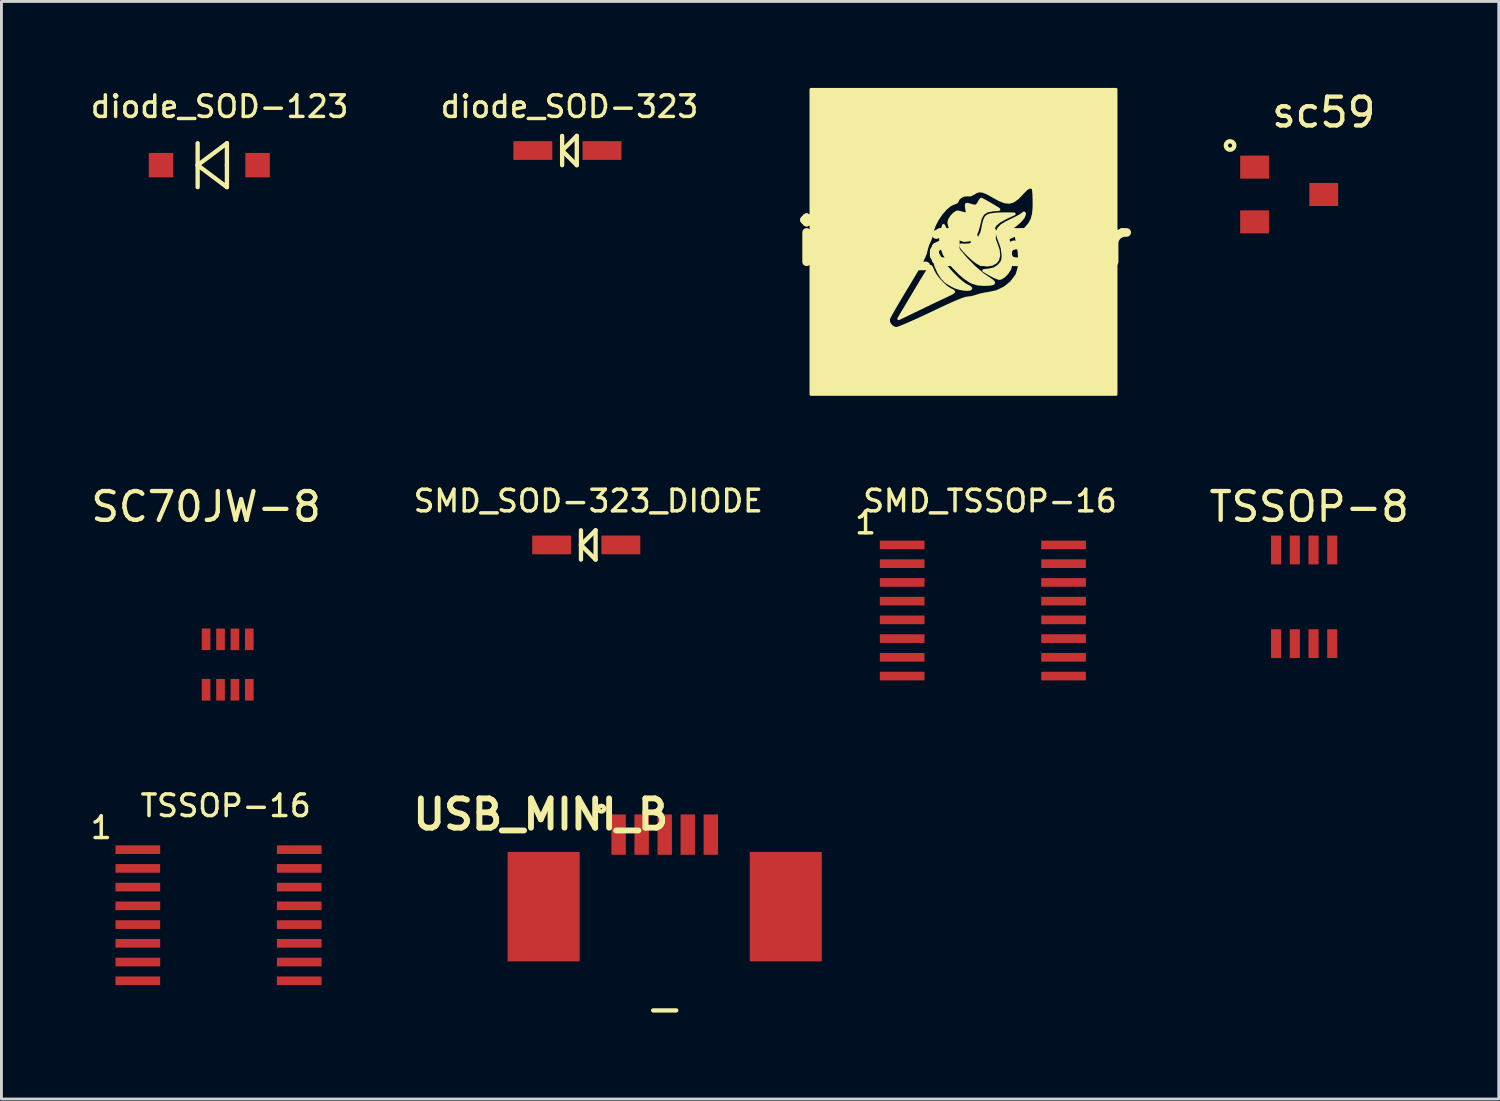
<source format=kicad_pcb>
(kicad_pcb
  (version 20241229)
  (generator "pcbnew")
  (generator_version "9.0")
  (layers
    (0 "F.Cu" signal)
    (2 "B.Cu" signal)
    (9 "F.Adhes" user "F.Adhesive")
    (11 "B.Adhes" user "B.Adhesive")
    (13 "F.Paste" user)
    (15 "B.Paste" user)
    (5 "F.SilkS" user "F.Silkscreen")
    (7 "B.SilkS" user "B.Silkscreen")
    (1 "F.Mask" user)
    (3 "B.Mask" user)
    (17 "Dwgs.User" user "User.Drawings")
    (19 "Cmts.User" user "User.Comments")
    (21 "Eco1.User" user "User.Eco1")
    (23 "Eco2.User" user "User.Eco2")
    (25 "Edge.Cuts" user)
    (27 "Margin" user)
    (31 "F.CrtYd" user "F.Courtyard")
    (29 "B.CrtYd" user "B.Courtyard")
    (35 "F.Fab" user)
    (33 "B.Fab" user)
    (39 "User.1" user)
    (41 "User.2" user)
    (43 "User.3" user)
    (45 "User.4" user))
  (footprint "ice_avatar"
    (layer "F.Cu")
    (at 30.38 5.342)
    (property "Reference" "ice_avatar" (at 0 0 0) (layer "F.SilkS") (effects (font (size 1.524 1.524) (thickness 0.3))))
    (attr through_hole)
    (fp_poly (pts (xy 1.046 1.405) (xy 1.033 1.445) (xy 0.943 1.467) (xy 0.773 1.476) (xy 0.699 1.477) (xy 0.491 1.462) (xy 0.312 1.406) (xy 0.238 1.37) (xy 0.052 1.248) (xy -0.152 1.072) (xy -0.352 0.865) (xy -0.529 0.648) (xy -0.66 0.443) (xy -0.673 0.419) (xy -0.779 0.126) (xy -0.801 -0.16) (xy -0.745 -0.422) (xy -0.692 -0.57) (xy -0.576 -0.339) (xy -0.397 -0.034) (xy -0.168 0.284) (xy 0.096 0.595) (xy 0.377 0.88) (xy 0.657 1.12) (xy 0.852 1.255) (xy 0.984 1.344) (xy 1.046 1.405)) (stroke (width 0.1) (type solid)) (fill yes) (layer "F.SilkS"))
    (fp_poly (pts (xy 0.254 1.614) (xy 0.217 1.643) (xy 0.122 1.651) (xy -0.008 1.64) (xy -0.149 1.612) (xy -0.279 1.57) (xy -0.295 1.563) (xy -0.443 1.487) (xy -0.583 1.4) (xy -0.62 1.374) (xy -0.741 1.247) (xy -0.856 1.065) (xy -0.949 0.862) (xy -1.006 0.667) (xy -1.016 0.568) (xy -1.01 0.406) (xy -0.989 0.326) (xy -0.951 0.328) (xy -0.891 0.412) (xy -0.834 0.52) (xy -0.741 0.673) (xy -0.605 0.851) (xy -0.444 1.037) (xy -0.272 1.215) (xy -0.106 1.367) (xy 0.039 1.478) (xy 0.116 1.52) (xy 0.208 1.567) (xy 0.253 1.609) (xy 0.254 1.614)) (stroke (width 0.1) (type solid)) (fill yes) (layer "F.SilkS"))
    (fp_poly (pts (xy -0.34 1.73) (xy -0.375 1.761) (xy -0.466 1.811) (xy -0.541 1.847) (xy -0.642 1.894) (xy -0.804 1.97) (xy -1.01 2.068) (xy -1.244 2.181) (xy -1.491 2.3) (xy -1.494 2.301) (xy -2.247 2.665) (xy -2.15 2.504) (xy -2.099 2.418) (xy -2.012 2.274) (xy -1.9 2.085) (xy -1.769 1.865) (xy -1.628 1.629) (xy -1.609 1.596) (xy -1.474 1.371) (xy -1.353 1.174) (xy -1.254 1.014) (xy -1.182 0.902) (xy -1.144 0.85) (xy -1.141 0.848) (xy -1.113 0.883) (xy -1.073 0.971) (xy -1.061 1.004) (xy -0.991 1.135) (xy -0.875 1.288) (xy -0.736 1.44) (xy -0.595 1.568) (xy -0.473 1.648) (xy -0.464 1.652) (xy -0.378 1.695) (xy -0.34 1.729) (xy -0.34 1.73)) (stroke (width 0.1) (type solid)) (fill yes) (layer "F.SilkS"))
    (fp_poly (pts (xy 1.757 -0.971) (xy 1.456 -0.83) (xy 1.235 -0.708) (xy 1.093 -0.583) (xy 1.024 -0.439) (xy 1.024 -0.264) (xy 1.088 -0.043) (xy 1.122 0.042) (xy 1.204 0.282) (xy 1.224 0.472) (xy 1.184 0.621) (xy 1.124 0.7) (xy 0.991 0.778) (xy 0.815 0.805) (xy 0.621 0.778) (xy 0.526 0.744) (xy 0.432 0.685) (xy 0.304 0.581) (xy 0.166 0.453) (xy 0.038 0.323) (xy -0.057 0.21) (xy -0.088 0.163) (xy -0.104 0.116) (xy -0.069 0.103) (xy 0.016 0.113) (xy 0.207 0.104) (xy 0.383 0.023) (xy 0.529 -0.118) (xy 0.63 -0.306) (xy 0.66 -0.423) (xy 0.699 -0.629) (xy 0.737 -0.766) (xy 0.782 -0.852) (xy 0.842 -0.904) (xy 0.896 -0.927) (xy 1 -0.949) (xy 1.159 -0.965) (xy 1.343 -0.972) (xy 1.393 -0.972) (xy 1.757 -0.971)) (stroke (width 0.1) (type solid)) (fill yes) (layer "F.SilkS"))
    (fp_poly (pts (xy 2.117 -0.965) (xy 2.081 -0.865) (xy 1.985 -0.743) (xy 1.841 -0.612) (xy 1.757 -0.55) (xy 1.638 -0.453) (xy 1.568 -0.349) (xy 1.543 -0.219) (xy 1.558 -0.042) (xy 1.586 0.106) (xy 1.629 0.36) (xy 1.647 0.595) (xy 1.641 0.792) (xy 1.61 0.931) (xy 1.603 0.945) (xy 1.518 1.074) (xy 1.411 1.185) (xy 1.307 1.255) (xy 1.251 1.27) (xy 1.17 1.249) (xy 1.046 1.195) (xy 0.931 1.133) (xy 0.699 0.997) (xy 0.901 0.973) (xy 1.072 0.932) (xy 1.206 0.844) (xy 1.238 0.814) (xy 1.32 0.719) (xy 1.36 0.628) (xy 1.372 0.501) (xy 1.372 0.456) (xy 1.339 0.208) (xy 1.275 0.021) (xy 1.2 -0.172) (xy 1.178 -0.325) (xy 1.213 -0.449) (xy 1.314 -0.558) (xy 1.485 -0.665) (xy 1.648 -0.745) (xy 1.806 -0.822) (xy 1.942 -0.895) (xy 2.03 -0.951) (xy 2.041 -0.96) (xy 2.097 -1.004) (xy 2.116 -0.988) (xy 2.117 -0.965)) (stroke (width 0.1) (type solid)) (fill yes) (layer "F.SilkS"))
    (fp_poly (pts (xy 1.228 -1.126) (xy 1.19 -1.12) (xy 1.093 -1.114) (xy 1.027 -1.11) (xy 0.82 -1.072) (xy 0.675 -0.978) (xy 0.589 -0.824) (xy 0.576 -0.779) (xy 0.526 -0.563) (xy 0.484 -0.413) (xy 0.445 -0.309) (xy 0.401 -0.233) (xy 0.345 -0.169) (xy 0.338 -0.163) (xy 0.188 -0.065) (xy 0.017 -0.047) (xy -0.165 -0.11) (xy -0.199 -0.13) (xy -0.314 -0.239) (xy -0.416 -0.393) (xy -0.487 -0.559) (xy -0.508 -0.68) (xy -0.48 -0.777) (xy -0.411 -0.883) (xy -0.322 -0.975) (xy -0.233 -1.032) (xy -0.175 -1.037) (xy -0.083 -1.009) (xy 0.017 -0.985) (xy 0.14 -0.96) (xy 0.111 -1.142) (xy 0.096 -1.253) (xy 0.104 -1.301) (xy 0.145 -1.303) (xy 0.179 -1.293) (xy 0.326 -1.251) (xy 0.415 -1.24) (xy 0.471 -1.264) (xy 0.514 -1.326) (xy 0.527 -1.35) (xy 0.578 -1.438) (xy 0.615 -1.481) (xy 0.618 -1.482) (xy 0.66 -1.462) (xy 0.752 -1.412) (xy 0.873 -1.343) (xy 1.002 -1.268) (xy 1.118 -1.198) (xy 1.2 -1.147) (xy 1.228 -1.126)) (stroke (width 0.1) (type solid)) (fill yes) (layer "F.SilkS"))
    (fp_poly (pts (xy 5.292 5.292) (xy 2.449 5.292) (xy 2.449 -1.219) (xy 2.447 -1.46) (xy 2.44 -1.653) (xy 2.431 -1.777) (xy 2.416 -1.848) (xy 2.39 -1.882) (xy 2.349 -1.896) (xy 2.333 -1.898) (xy 2.26 -1.889) (xy 2.177 -1.834) (xy 2.066 -1.721) (xy 2.043 -1.696) (xy 1.879 -1.524) (xy 1.732 -1.416) (xy 1.587 -1.372) (xy 1.427 -1.39) (xy 1.235 -1.467) (xy 1.018 -1.588) (xy 0.813 -1.701) (xy 0.656 -1.76) (xy 0.53 -1.768) (xy 0.42 -1.728) (xy 0.365 -1.69) (xy 0.242 -1.626) (xy 0.135 -1.628) (xy 0.025 -1.622) (xy -0.09 -1.572) (xy -0.178 -1.498) (xy -0.212 -1.42) (xy -0.248 -1.374) (xy -0.337 -1.34) (xy -0.34 -1.34) (xy -0.471 -1.278) (xy -0.617 -1.155) (xy -0.764 -0.988) (xy -0.897 -0.794) (xy -1.004 -0.592) (xy -1.072 -0.399) (xy -1.083 -0.339) (xy -1.118 -0.188) (xy -1.171 -0.05) (xy -1.187 -0.021) (xy -1.24 0.098) (xy -1.287 0.253) (xy -1.302 0.322) (xy -1.326 0.409) (xy -1.372 0.523) (xy -1.445 0.672) (xy -1.549 0.864) (xy -1.689 1.106) (xy -1.869 1.408) (xy -1.96 1.559) (xy -2.123 1.828) (xy -2.271 2.078) (xy -2.399 2.297) (xy -2.501 2.477) (xy -2.571 2.606) (xy -2.604 2.675) (xy -2.605 2.678) (xy -2.596 2.797) (xy -2.527 2.908) (xy -2.42 2.986) (xy -2.33 3.006) (xy -2.261 2.988) (xy -2.128 2.937) (xy -1.94 2.858) (xy -1.708 2.756) (xy -1.443 2.635) (xy -1.156 2.5) (xy -1.107 2.477) (xy -0.737 2.301) (xy -0.437 2.163) (xy -0.202 2.061) (xy -0.028 1.992) (xy 0.091 1.955) (xy 0.147 1.947) (xy 0.291 1.93) (xy 0.442 1.886) (xy 0.456 1.88) (xy 0.594 1.837) (xy 0.764 1.803) (xy 0.847 1.792) (xy 1.149 1.728) (xy 1.425 1.597) (xy 1.658 1.41) (xy 1.833 1.178) (xy 1.86 1.127) (xy 1.921 0.927) (xy 1.946 0.671) (xy 1.932 0.376) (xy 1.886 0.089) (xy 1.828 -0.183) (xy 1.938 -0.271) (xy 2.139 -0.446) (xy 2.283 -0.609) (xy 2.376 -0.778) (xy 2.429 -0.975) (xy 2.449 -1.219) (xy 2.449 5.292) (xy 0 5.292) (xy -5.292 5.292) (xy -5.292 0) (xy -5.292 -5.292) (xy 0 -5.292) (xy 5.292 -5.292) (xy 5.292 0) (xy 5.292 5.292)) (stroke (width 0.1) (type solid)) (fill yes) (layer "F.SilkS")))
  (footprint "TSSOP-16"
    (layer "F.Cu")
    (at 1.732 26.43)
    (property "Reference" "TSSOP-16" (at 3.048 -1.524 0) (layer "F.SilkS") (effects (font (size 0.75 0.75) (thickness 0.12))))
    (attr through_hole)
    (fp_text user "1" (at -1.27 -0.762 0) (layer "F.SilkS") (effects (font (size 0.75 0.75) (thickness 0.12))))
    (pad "1" smd rect (at 0 0) (size 1.55 0.3) (layers "F.Cu" "F.Mask" "F.Paste"))
    (pad "2" smd rect (at 0 0.65) (size 1.55 0.3) (layers "F.Cu" "F.Mask" "F.Paste"))
    (pad "3" smd rect (at 0 1.3) (size 1.55 0.3) (layers "F.Cu" "F.Mask" "F.Paste"))
    (pad "4" smd rect (at 0 1.95) (size 1.55 0.3) (layers "F.Cu" "F.Mask" "F.Paste"))
    (pad "5" smd rect (at 0 2.6) (size 1.55 0.3) (layers "F.Cu" "F.Mask" "F.Paste"))
    (pad "6" smd rect (at 0 3.25) (size 1.55 0.3) (layers "F.Cu" "F.Mask" "F.Paste"))
    (pad "7" smd rect (at 0 3.9) (size 1.55 0.3) (layers "F.Cu" "F.Mask" "F.Paste"))
    (pad "8" smd rect (at 0 4.55) (size 1.55 0.3) (layers "F.Cu" "F.Mask" "F.Paste"))
    (pad "9" smd rect (at 5.6 4.55) (size 1.55 0.3) (layers "F.Cu" "F.Mask" "F.Paste"))
    (pad "10" smd rect (at 5.6 3.9) (size 1.55 0.3) (layers "F.Cu" "F.Mask" "F.Paste"))
    (pad "11" smd rect (at 5.6 3.25) (size 1.55 0.3) (layers "F.Cu" "F.Mask" "F.Paste"))
    (pad "12" smd rect (at 5.6 2.6) (size 1.55 0.3) (layers "F.Cu" "F.Mask" "F.Paste"))
    (pad "13" smd rect (at 5.6 1.95) (size 1.55 0.3) (layers "F.Cu" "F.Mask" "F.Paste"))
    (pad "14" smd rect (at 5.6 1.3) (size 1.55 0.3) (layers "F.Cu" "F.Mask" "F.Paste"))
    (pad "15" smd rect (at 5.6 0.65) (size 1.55 0.3) (layers "F.Cu" "F.Mask" "F.Paste"))
    (pad "16" smd rect (at 5.6 0) (size 1.55 0.3) (layers "F.Cu" "F.Mask" "F.Paste")))
  (footprint "SC70JW-8"
    (layer "F.Cu")
    (at 4.101 20.882)
    (property "Reference" "SC70JW-8" (at 0 -6.35 0) (layer "F.SilkS") (effects (font (size 1 1) (thickness 0.15))))
    (attr through_hole)
    (pad "1" smd rect (at 0 0) (size 0.3 0.75) (layers "F.Cu" "F.Mask" "F.Paste"))
    (pad "2" smd rect (at 0.5 0) (size 0.3 0.75) (layers "F.Cu" "F.Mask" "F.Paste"))
    (pad "3" smd rect (at 1 0) (size 0.3 0.75) (layers "F.Cu" "F.Mask" "F.Paste"))
    (pad "4" smd rect (at 1.5 0) (size 0.3 0.75) (layers "F.Cu" "F.Mask" "F.Paste"))
    (pad "5" smd rect (at 1.5 -1.75) (size 0.3 0.75) (layers "F.Cu" "F.Mask" "F.Paste"))
    (pad "6" smd rect (at 1 -1.75) (size 0.3 0.75) (layers "F.Cu" "F.Mask" "F.Paste"))
    (pad "7" smd rect (at 0.5 -1.75) (size 0.3 0.75) (layers "F.Cu" "F.Mask" "F.Paste"))
    (pad "8" smd rect (at 0 -1.75) (size 0.3 0.75) (layers "F.Cu" "F.Mask" "F.Paste")))
  (footprint "sc59"
    (layer "F.Cu")
    (at 42.879 3.698)
    (property "Reference" "sc59" (at 0 -2.85 0) (layer "F.SilkS") (effects (font (size 1 1) (thickness 0.15))))
    (attr through_hole)
    (fp_circle (center -3.25 -1.7) (end -3.3 -1.75) (stroke (width 0.15) (type solid)) (fill no) (layer "F.SilkS"))
    (pad "1" smd rect (at -2.4 -0.95) (size 1 0.8) (layers "F.Cu" "F.Mask" "F.Paste"))
    (pad "2" smd rect (at -2.4 0.95) (size 1 0.8) (layers "F.Cu" "F.Mask" "F.Paste"))
    (pad "3" smd rect (at 0 0) (size 1 0.8) (layers "F.Cu" "F.Mask" "F.Paste")))
  (footprint "diode_SOD-123"
    (layer "F.Cu")
    (at 2.537 2.681)
    (property "Reference" "diode_SOD-123" (at 2.032 -2.032 0) (layer "F.SilkS") (effects (font (size 0.75 0.75) (thickness 0.12))))
    (attr through_hole)
    (fp_line (start 1.27 -0.762) (end 1.27 0.762) (stroke (width 0.15) (type solid)) (layer "F.SilkS"))
    (fp_line (start 1.27 0) (end 2.286 -0.762) (stroke (width 0.15) (type solid)) (layer "F.SilkS"))
    (fp_line (start 1.27 0) (end 2.286 0.762) (stroke (width 0.15) (type solid)) (layer "F.SilkS"))
    (fp_line (start 2.286 0) (end 2.286 -0.762) (stroke (width 0.15) (type solid)) (layer "F.SilkS"))
    (fp_line (start 2.286 0.762) (end 2.286 0) (stroke (width 0.15) (type solid)) (layer "F.SilkS"))
    (pad "1" smd rect (at 0 0) (size 0.85 0.85) (layers "F.Cu" "F.Mask" "F.Paste"))
    (pad "2" smd rect (at 3.35 0) (size 0.85 0.85) (layers "F.Cu" "F.Mask" "F.Paste")))
  (footprint "diode_SOD-323"
    (layer "F.Cu")
    (at 15.438 2.173)
    (property "Reference" "diode_SOD-323" (at 1.27 -1.524 0) (layer "F.SilkS") (effects (font (size 0.75 0.75) (thickness 0.12))))
    (attr through_hole)
    (fp_line (start 1.016 -0.508) (end 1.016 0.508) (stroke (width 0.15) (type solid)) (layer "F.SilkS"))
    (fp_line (start 1.016 0) (end 1.524 -0.508) (stroke (width 0.15) (type solid)) (layer "F.SilkS"))
    (fp_line (start 1.524 -0.508) (end 1.524 0.508) (stroke (width 0.15) (type solid)) (layer "F.SilkS"))
    (fp_line (start 1.524 0.508) (end 1.016 0) (stroke (width 0.15) (type solid)) (layer "F.SilkS"))
    (pad "1" smd rect (at 0 0) (size 1.35 0.65) (layers "F.Cu" "F.Mask" "F.Paste"))
    (pad "2" smd rect (at 2.4 0) (size 1.35 0.65) (layers "F.Cu" "F.Mask" "F.Paste")))
  (footprint "SMD_TSSOP-16"
    (layer "F.Cu")
    (at 28.252 15.857)
    (property "Reference" "SMD_TSSOP-16" (at 3.048 -1.524 0) (layer "F.SilkS") (effects (font (size 0.75 0.75) (thickness 0.12))))
    (attr through_hole)
    (fp_text user "1" (at -1.27 -0.762 0) (layer "F.SilkS") (effects (font (size 0.75 0.75) (thickness 0.12))))
    (pad "1" smd rect (at 0 0) (size 1.55 0.3) (layers "F.Cu" "F.Mask" "F.Paste"))
    (pad "2" smd rect (at 0 0.65) (size 1.55 0.3) (layers "F.Cu" "F.Mask" "F.Paste"))
    (pad "3" smd rect (at 0 1.3) (size 1.55 0.3) (layers "F.Cu" "F.Mask" "F.Paste"))
    (pad "4" smd rect (at 0 1.95) (size 1.55 0.3) (layers "F.Cu" "F.Mask" "F.Paste"))
    (pad "5" smd rect (at 0 2.6) (size 1.55 0.3) (layers "F.Cu" "F.Mask" "F.Paste"))
    (pad "6" smd rect (at 0 3.25) (size 1.55 0.3) (layers "F.Cu" "F.Mask" "F.Paste"))
    (pad "7" smd rect (at 0 3.9) (size 1.55 0.3) (layers "F.Cu" "F.Mask" "F.Paste"))
    (pad "8" smd rect (at 0 4.55) (size 1.55 0.3) (layers "F.Cu" "F.Mask" "F.Paste"))
    (pad "9" smd rect (at 5.6 4.55) (size 1.55 0.3) (layers "F.Cu" "F.Mask" "F.Paste"))
    (pad "10" smd rect (at 5.6 3.9) (size 1.55 0.3) (layers "F.Cu" "F.Mask" "F.Paste"))
    (pad "11" smd rect (at 5.6 3.25) (size 1.55 0.3) (layers "F.Cu" "F.Mask" "F.Paste"))
    (pad "12" smd rect (at 5.6 2.6) (size 1.55 0.3) (layers "F.Cu" "F.Mask" "F.Paste"))
    (pad "13" smd rect (at 5.6 1.95) (size 1.55 0.3) (layers "F.Cu" "F.Mask" "F.Paste"))
    (pad "14" smd rect (at 5.6 1.3) (size 1.55 0.3) (layers "F.Cu" "F.Mask" "F.Paste"))
    (pad "15" smd rect (at 5.6 0.65) (size 1.55 0.3) (layers "F.Cu" "F.Mask" "F.Paste"))
    (pad "16" smd rect (at 5.6 0) (size 1.55 0.3) (layers "F.Cu" "F.Mask" "F.Paste")))
  (footprint "USB_MINI_B"
    (layer "F.Cu")
    (at 20.013 25.908)
    (property "Reference" "USB_MINI_B" (at -4.3 -0.7 0) (layer "F.SilkS") (effects (font (size 1.016 1.016) (thickness 0.203))))
    (attr through_hole)
    (fp_line (start -0.4 6.1) (end 0.4 6.1) (stroke (width 0.15) (type solid)) (layer "F.SilkS"))
    (fp_circle (center -2.2 -0.9) (end -2.1 -0.9) (stroke (width 0.15) (type solid)) (fill no) (layer "F.SilkS"))
    (pad "1" smd rect (at -1.6 0) (size 0.5 1.4) (layers "F.Cu" "F.Mask" "F.Paste"))
    (pad "2" smd rect (at -0.8 0) (size 0.5 1.4) (layers "F.Cu" "F.Mask" "F.Paste"))
    (pad "3" smd rect (at 0 0) (size 0.5 1.4) (layers "F.Cu" "F.Mask" "F.Paste"))
    (pad "4" smd rect (at 0.8 0) (size 0.5 1.4) (layers "F.Cu" "F.Mask" "F.Paste"))
    (pad "5" smd rect (at 1.6 0) (size 0.5 1.4) (layers "F.Cu" "F.Mask" "F.Paste"))
    (pad "6" smd rect (at -4.2 2.5) (size 2.5 3.8) (layers "F.Cu" "F.Mask" "F.Paste"))
    (pad "6" smd rect (at 4.2 2.5) (size 2.5 3.8) (layers "F.Cu" "F.Mask" "F.Paste")))
  (footprint "SMD_SOD-323_DIODE"
    (layer "F.Cu")
    (at 16.091 15.857)
    (property "Reference" "SMD_SOD-323_DIODE" (at 1.27 -1.524 0) (layer "F.SilkS") (effects (font (size 0.75 0.75) (thickness 0.12))))
    (attr through_hole)
    (fp_line (start 1.016 -0.508) (end 1.016 0.508) (stroke (width 0.15) (type solid)) (layer "F.SilkS"))
    (fp_line (start 1.016 0) (end 1.524 -0.508) (stroke (width 0.15) (type solid)) (layer "F.SilkS"))
    (fp_line (start 1.524 -0.508) (end 1.524 0.508) (stroke (width 0.15) (type solid)) (layer "F.SilkS"))
    (fp_line (start 1.524 0.508) (end 1.016 0) (stroke (width 0.15) (type solid)) (layer "F.SilkS"))
    (pad "1" smd rect (at 0 0) (size 1.35 0.65) (layers "F.Cu" "F.Mask" "F.Paste"))
    (pad "2" smd rect (at 2.4 0) (size 1.35 0.65) (layers "F.Cu" "F.Mask" "F.Paste")))
  (footprint "TSSOP-8"
    (layer "F.Cu")
    (at 41.875 16.032)
    (property "Reference" "TSSOP-8" (at 0.5 -1.5 0) (layer "F.SilkS") (effects (font (size 1 1) (thickness 0.15))))
    (attr through_hole)
    (pad "1" smd rect (at -0.65 3.25) (size 0.35 1) (layers "F.Cu" "F.Mask" "F.Paste"))
    (pad "2" smd rect (at 0 3.25) (size 0.35 1) (layers "F.Cu" "F.Mask" "F.Paste"))
    (pad "3" smd rect (at 0.65 3.25) (size 0.35 1) (layers "F.Cu" "F.Mask" "F.Paste"))
    (pad "4" smd rect (at 1.3 3.25) (size 0.35 1) (layers "F.Cu" "F.Mask" "F.Paste"))
    (pad "5" smd rect (at 1.3 0) (size 0.35 1) (layers "F.Cu" "F.Mask" "F.Paste"))
    (pad "6" smd rect (at 0.65 0) (size 0.35 1) (layers "F.Cu" "F.Mask" "F.Paste"))
    (pad "7" smd rect (at 0 0) (size 0.35 1) (layers "F.Cu" "F.Mask" "F.Paste"))
    (pad "8" smd rect (at -0.65 0) (size 0.35 1) (layers "F.Cu" "F.Mask" "F.Paste")))
  (gr_rect
    (start -3 -3)
    (end 48.952 35.083)
    (stroke (width 0.1) (type default))
    (fill no)
    (layer "Edge.Cuts")))
</source>
